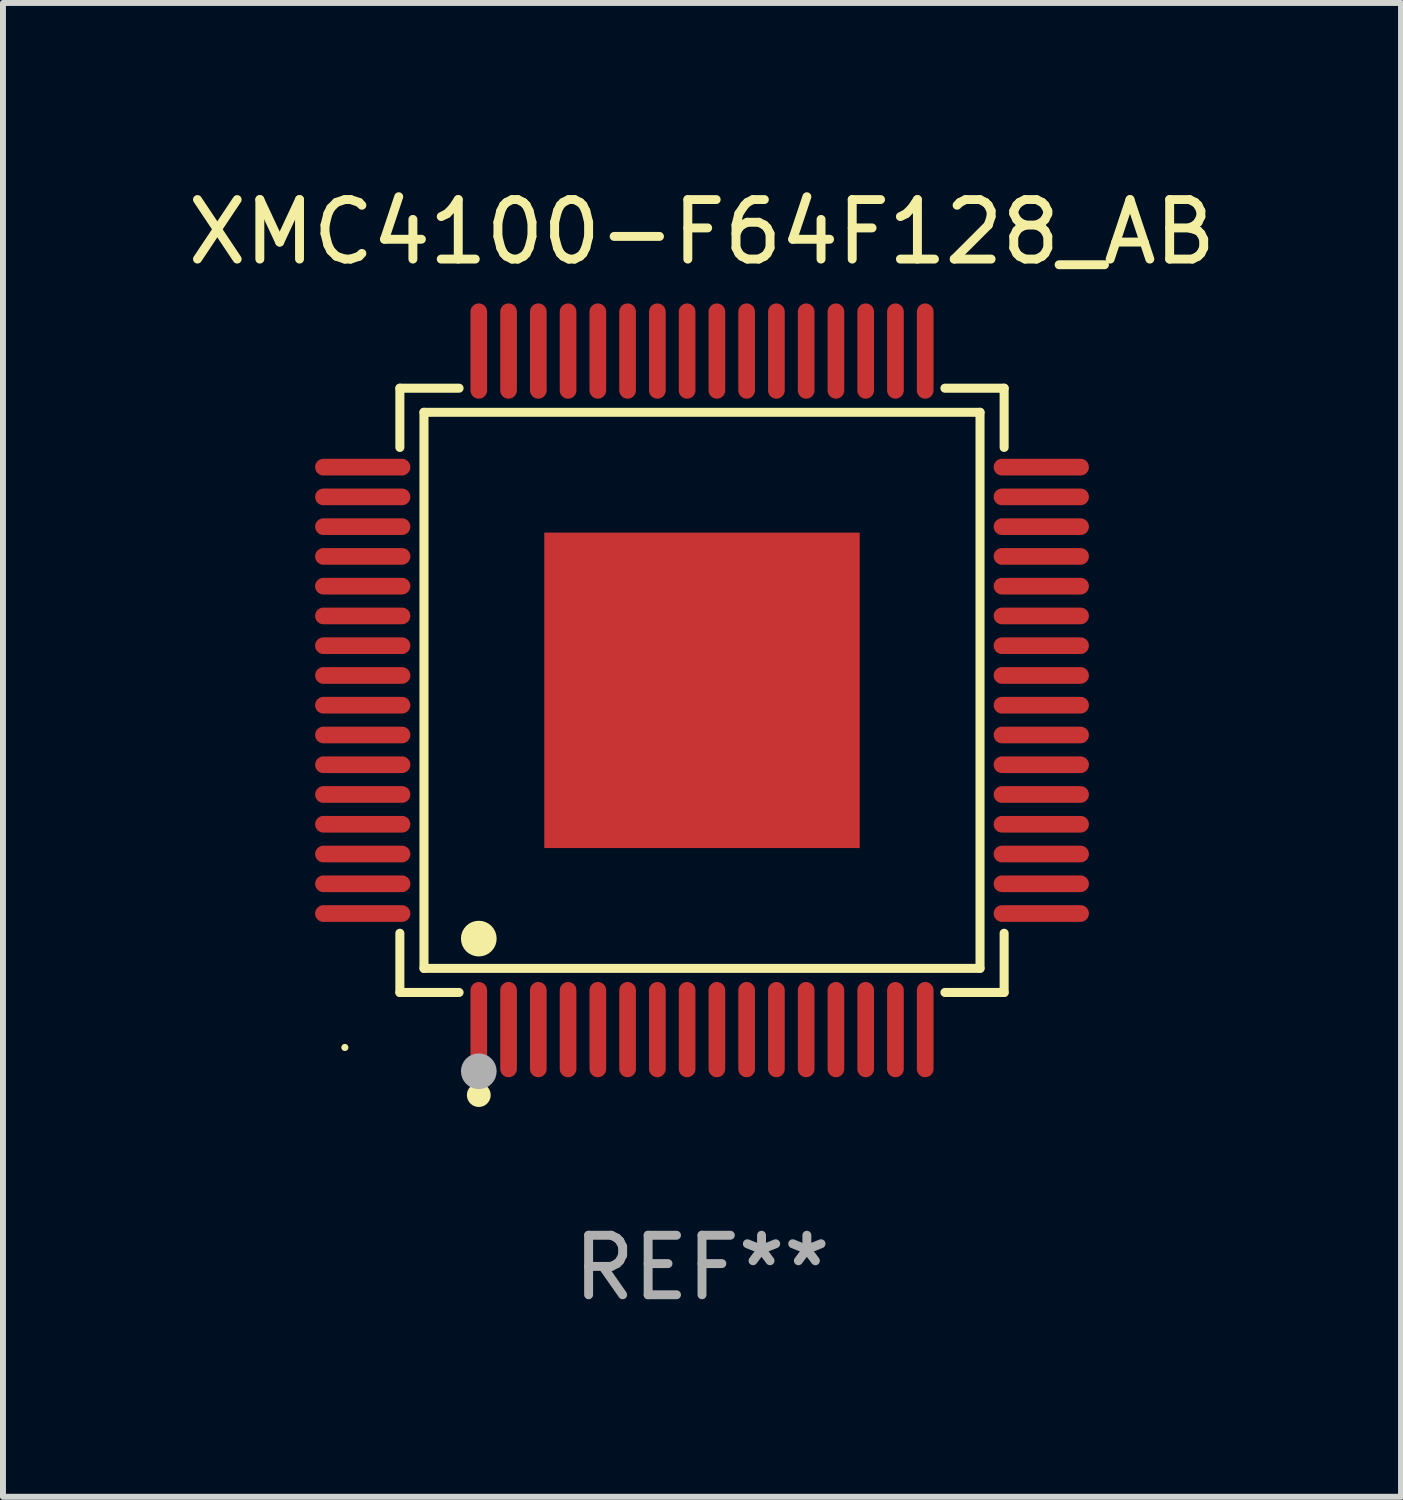
<source format=kicad_pcb>
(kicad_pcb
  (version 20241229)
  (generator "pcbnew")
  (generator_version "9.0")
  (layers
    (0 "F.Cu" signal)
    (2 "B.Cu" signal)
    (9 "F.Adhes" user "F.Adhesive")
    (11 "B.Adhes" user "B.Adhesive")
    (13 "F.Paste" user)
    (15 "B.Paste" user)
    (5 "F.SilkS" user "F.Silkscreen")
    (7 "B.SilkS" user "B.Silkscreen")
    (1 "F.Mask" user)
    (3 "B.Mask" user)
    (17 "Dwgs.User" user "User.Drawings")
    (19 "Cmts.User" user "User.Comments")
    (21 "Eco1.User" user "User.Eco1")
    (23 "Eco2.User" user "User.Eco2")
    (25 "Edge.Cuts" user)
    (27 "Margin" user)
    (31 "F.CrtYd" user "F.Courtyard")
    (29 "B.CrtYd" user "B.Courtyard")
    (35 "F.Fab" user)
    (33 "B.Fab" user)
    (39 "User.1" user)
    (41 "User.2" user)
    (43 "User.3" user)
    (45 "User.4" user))
  (footprint "XMC4100-F64F128_AB"
    (layer "F.Cu")
    (at 8.744 8.548)
    (property "Reference" "XMC4100-F64F128_AB" (at 0 -7.7 0) (layer "F.SilkS") (effects (font (size 1 1) (thickness 0.15))))
    (attr through_hole)
    (fp_line (start -5.076 -5.076) (end -4.081 -5.076) (stroke (width 0.152) (type solid)) (layer "F.SilkS"))
    (fp_line (start -5.076 -4.081) (end -5.076 -5.076) (stroke (width 0.152) (type solid)) (layer "F.SilkS"))
    (fp_line (start -5.076 4.081) (end -5.076 5.076) (stroke (width 0.152) (type solid)) (layer "F.SilkS"))
    (fp_line (start -5.076 5.076) (end -4.081 5.076) (stroke (width 0.152) (type solid)) (layer "F.SilkS"))
    (fp_line (start -4.671 -4.671) (end 4.671 -4.671) (stroke (width 0.152) (type solid)) (layer "F.SilkS"))
    (fp_line (start -4.671 4.671) (end -4.671 -4.671) (stroke (width 0.152) (type solid)) (layer "F.SilkS"))
    (fp_line (start 4.671 -4.671) (end 4.671 4.671) (stroke (width 0.152) (type solid)) (layer "F.SilkS"))
    (fp_line (start 4.671 4.671) (end -4.671 4.671) (stroke (width 0.152) (type solid)) (layer "F.SilkS"))
    (fp_line (start 5.076 -5.076) (end 4.081 -5.076) (stroke (width 0.152) (type solid)) (layer "F.SilkS"))
    (fp_line (start 5.076 -4.081) (end 5.076 -5.076) (stroke (width 0.152) (type solid)) (layer "F.SilkS"))
    (fp_line (start 5.076 4.081) (end 5.076 5.076) (stroke (width 0.152) (type solid)) (layer "F.SilkS"))
    (fp_line (start 5.076 5.076) (end 4.081 5.076) (stroke (width 0.152) (type solid)) (layer "F.SilkS"))
    (fp_circle (center -6 6) (end -5.97 6) (stroke (width 0.06) (type solid)) (fill no) (layer "F.SilkS"))
    (fp_circle (center -3.75 4.171) (end -3.6 4.171) (stroke (width 0.3) (type solid)) (fill no) (layer "F.SilkS"))
    (fp_circle (center -3.75 6.8) (end -3.65 6.8) (stroke (width 0.2) (type solid)) (fill no) (layer "F.SilkS"))
    (fp_circle (center -3.75 6.4) (end -3.6 6.4) (stroke (width 0.3) (type solid)) (fill no) (layer "F.Fab"))
    (fp_text user "REF**" (at 0 9.7 0) (layer "F.Fab") (effects (font (size 1 1) (thickness 0.15))))
    (pad "1" smd oval (at -3.75 5.7) (size 0.28 1.6) (layers "F.Cu" "F.Mask" "F.Paste"))
    (pad "2" smd oval (at -3.25 5.7) (size 0.28 1.6) (layers "F.Cu" "F.Mask" "F.Paste"))
    (pad "3" smd oval (at -2.75 5.7) (size 0.28 1.6) (layers "F.Cu" "F.Mask" "F.Paste"))
    (pad "4" smd oval (at -2.25 5.7) (size 0.28 1.6) (layers "F.Cu" "F.Mask" "F.Paste"))
    (pad "5" smd oval (at -1.75 5.7) (size 0.28 1.6) (layers "F.Cu" "F.Mask" "F.Paste"))
    (pad "6" smd oval (at -1.25 5.7) (size 0.28 1.6) (layers "F.Cu" "F.Mask" "F.Paste"))
    (pad "7" smd oval (at -0.75 5.7) (size 0.28 1.6) (layers "F.Cu" "F.Mask" "F.Paste"))
    (pad "8" smd oval (at -0.25 5.7) (size 0.28 1.6) (layers "F.Cu" "F.Mask" "F.Paste"))
    (pad "9" smd oval (at 0.25 5.7) (size 0.28 1.6) (layers "F.Cu" "F.Mask" "F.Paste"))
    (pad "10" smd oval (at 0.75 5.7) (size 0.28 1.6) (layers "F.Cu" "F.Mask" "F.Paste"))
    (pad "11" smd oval (at 1.25 5.7) (size 0.28 1.6) (layers "F.Cu" "F.Mask" "F.Paste"))
    (pad "12" smd oval (at 1.75 5.7) (size 0.28 1.6) (layers "F.Cu" "F.Mask" "F.Paste"))
    (pad "13" smd oval (at 2.25 5.7) (size 0.28 1.6) (layers "F.Cu" "F.Mask" "F.Paste"))
    (pad "14" smd oval (at 2.75 5.7) (size 0.28 1.6) (layers "F.Cu" "F.Mask" "F.Paste"))
    (pad "15" smd oval (at 3.25 5.7) (size 0.28 1.6) (layers "F.Cu" "F.Mask" "F.Paste"))
    (pad "16" smd oval (at 3.75 5.7) (size 0.28 1.6) (layers "F.Cu" "F.Mask" "F.Paste"))
    (pad "17" smd oval (at 5.7 3.75) (size 1.6 0.28) (layers "F.Cu" "F.Mask" "F.Paste"))
    (pad "18" smd oval (at 5.7 3.25) (size 1.6 0.28) (layers "F.Cu" "F.Mask" "F.Paste"))
    (pad "19" smd oval (at 5.7 2.75) (size 1.6 0.28) (layers "F.Cu" "F.Mask" "F.Paste"))
    (pad "20" smd oval (at 5.7 2.25) (size 1.6 0.28) (layers "F.Cu" "F.Mask" "F.Paste"))
    (pad "21" smd oval (at 5.7 1.75) (size 1.6 0.28) (layers "F.Cu" "F.Mask" "F.Paste"))
    (pad "22" smd oval (at 5.7 1.25) (size 1.6 0.28) (layers "F.Cu" "F.Mask" "F.Paste"))
    (pad "23" smd oval (at 5.7 0.75) (size 1.6 0.28) (layers "F.Cu" "F.Mask" "F.Paste"))
    (pad "24" smd oval (at 5.7 0.25) (size 1.6 0.28) (layers "F.Cu" "F.Mask" "F.Paste"))
    (pad "25" smd oval (at 5.7 -0.25) (size 1.6 0.28) (layers "F.Cu" "F.Mask" "F.Paste"))
    (pad "26" smd oval (at 5.7 -0.75) (size 1.6 0.28) (layers "F.Cu" "F.Mask" "F.Paste"))
    (pad "27" smd oval (at 5.7 -1.25) (size 1.6 0.28) (layers "F.Cu" "F.Mask" "F.Paste"))
    (pad "28" smd oval (at 5.7 -1.75) (size 1.6 0.28) (layers "F.Cu" "F.Mask" "F.Paste"))
    (pad "29" smd oval (at 5.7 -2.25) (size 1.6 0.28) (layers "F.Cu" "F.Mask" "F.Paste"))
    (pad "30" smd oval (at 5.7 -2.75) (size 1.6 0.28) (layers "F.Cu" "F.Mask" "F.Paste"))
    (pad "31" smd oval (at 5.7 -3.25) (size 1.6 0.28) (layers "F.Cu" "F.Mask" "F.Paste"))
    (pad "32" smd oval (at 5.7 -3.75) (size 1.6 0.28) (layers "F.Cu" "F.Mask" "F.Paste"))
    (pad "33" smd oval (at 3.75 -5.7) (size 0.28 1.6) (layers "F.Cu" "F.Mask" "F.Paste"))
    (pad "34" smd oval (at 3.25 -5.7) (size 0.28 1.6) (layers "F.Cu" "F.Mask" "F.Paste"))
    (pad "35" smd oval (at 2.75 -5.7) (size 0.28 1.6) (layers "F.Cu" "F.Mask" "F.Paste"))
    (pad "36" smd oval (at 2.25 -5.7) (size 0.28 1.6) (layers "F.Cu" "F.Mask" "F.Paste"))
    (pad "37" smd oval (at 1.75 -5.7) (size 0.28 1.6) (layers "F.Cu" "F.Mask" "F.Paste"))
    (pad "38" smd oval (at 1.25 -5.7) (size 0.28 1.6) (layers "F.Cu" "F.Mask" "F.Paste"))
    (pad "39" smd oval (at 0.75 -5.7) (size 0.28 1.6) (layers "F.Cu" "F.Mask" "F.Paste"))
    (pad "40" smd oval (at 0.25 -5.7) (size 0.28 1.6) (layers "F.Cu" "F.Mask" "F.Paste"))
    (pad "41" smd oval (at -0.25 -5.7) (size 0.28 1.6) (layers "F.Cu" "F.Mask" "F.Paste"))
    (pad "42" smd oval (at -0.75 -5.7) (size 0.28 1.6) (layers "F.Cu" "F.Mask" "F.Paste"))
    (pad "43" smd oval (at -1.25 -5.7) (size 0.28 1.6) (layers "F.Cu" "F.Mask" "F.Paste"))
    (pad "44" smd oval (at -1.75 -5.7) (size 0.28 1.6) (layers "F.Cu" "F.Mask" "F.Paste"))
    (pad "45" smd oval (at -2.25 -5.7) (size 0.28 1.6) (layers "F.Cu" "F.Mask" "F.Paste"))
    (pad "46" smd oval (at -2.75 -5.7) (size 0.28 1.6) (layers "F.Cu" "F.Mask" "F.Paste"))
    (pad "47" smd oval (at -3.25 -5.7) (size 0.28 1.6) (layers "F.Cu" "F.Mask" "F.Paste"))
    (pad "48" smd oval (at -3.75 -5.7) (size 0.28 1.6) (layers "F.Cu" "F.Mask" "F.Paste"))
    (pad "49" smd oval (at -5.7 -3.75) (size 1.6 0.28) (layers "F.Cu" "F.Mask" "F.Paste"))
    (pad "50" smd oval (at -5.7 -3.25) (size 1.6 0.28) (layers "F.Cu" "F.Mask" "F.Paste"))
    (pad "51" smd oval (at -5.7 -2.75) (size 1.6 0.28) (layers "F.Cu" "F.Mask" "F.Paste"))
    (pad "52" smd oval (at -5.7 -2.25) (size 1.6 0.28) (layers "F.Cu" "F.Mask" "F.Paste"))
    (pad "53" smd oval (at -5.7 -1.75) (size 1.6 0.28) (layers "F.Cu" "F.Mask" "F.Paste"))
    (pad "54" smd oval (at -5.7 -1.25) (size 1.6 0.28) (layers "F.Cu" "F.Mask" "F.Paste"))
    (pad "55" smd oval (at -5.7 -0.75) (size 1.6 0.28) (layers "F.Cu" "F.Mask" "F.Paste"))
    (pad "56" smd oval (at -5.7 -0.25) (size 1.6 0.28) (layers "F.Cu" "F.Mask" "F.Paste"))
    (pad "57" smd oval (at -5.7 0.25) (size 1.6 0.28) (layers "F.Cu" "F.Mask" "F.Paste"))
    (pad "58" smd oval (at -5.7 0.75) (size 1.6 0.28) (layers "F.Cu" "F.Mask" "F.Paste"))
    (pad "59" smd oval (at -5.7 1.25) (size 1.6 0.28) (layers "F.Cu" "F.Mask" "F.Paste"))
    (pad "60" smd oval (at -5.7 1.75) (size 1.6 0.28) (layers "F.Cu" "F.Mask" "F.Paste"))
    (pad "61" smd oval (at -5.7 2.25) (size 1.6 0.28) (layers "F.Cu" "F.Mask" "F.Paste"))
    (pad "62" smd oval (at -5.7 2.75) (size 1.6 0.28) (layers "F.Cu" "F.Mask" "F.Paste"))
    (pad "63" smd oval (at -5.7 3.25) (size 1.6 0.28) (layers "F.Cu" "F.Mask" "F.Paste"))
    (pad "64" smd oval (at -5.7 3.75) (size 1.6 0.28) (layers "F.Cu" "F.Mask" "F.Paste"))
    (pad "65" smd rect (at 0 0) (size 5.3 5.3) (layers "F.Cu" "F.Mask" "F.Paste")))
  (gr_rect
    (start -3 -3)
    (end 20.488 22.097)
    (stroke (width 0.1) (type default))
    (fill no)
    (layer "Edge.Cuts")))
</source>
